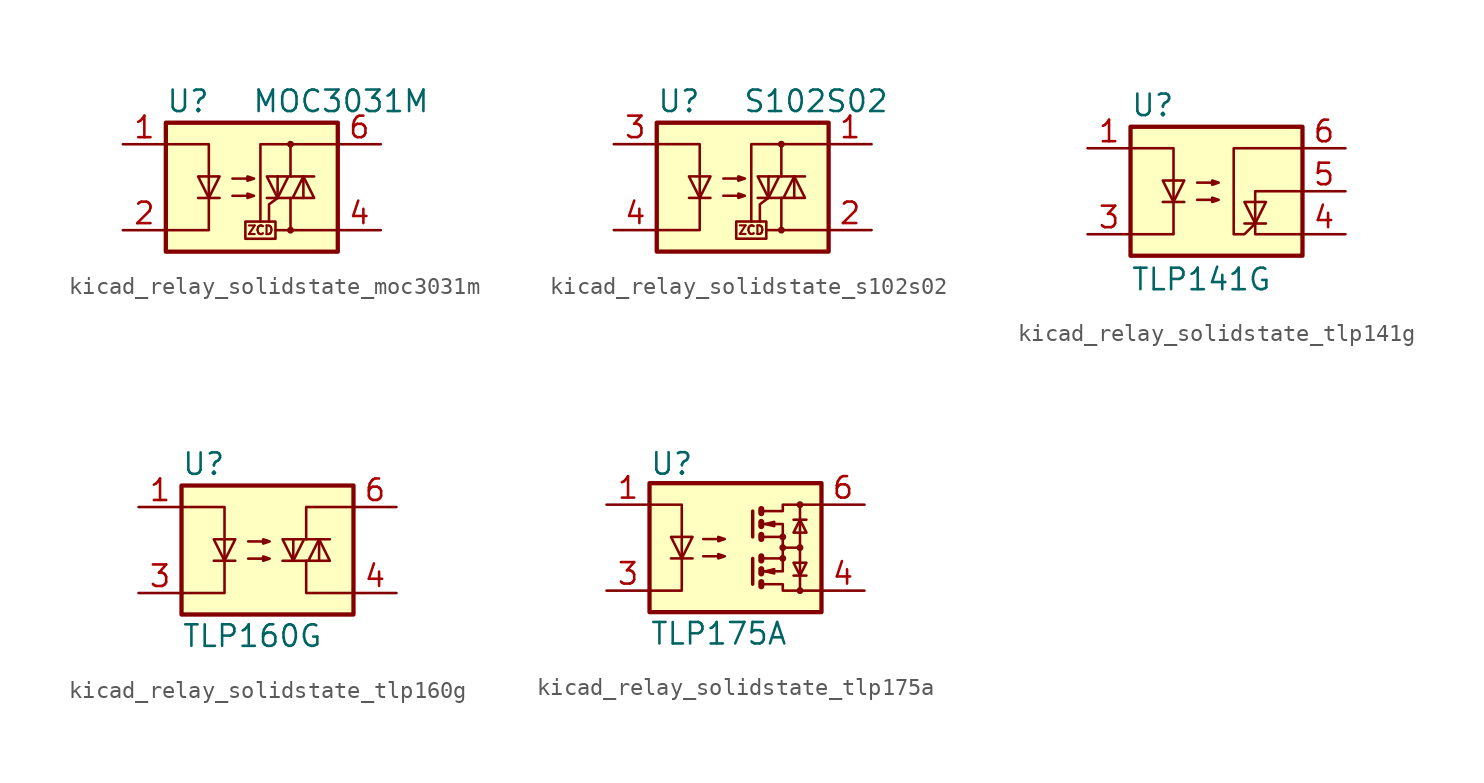
<source format=kicad_sym>
(kicad_symbol_lib
  (version 20220914)
  (generator kicad_symbol_editor)
  (symbol "kicad_relay_solidstate_moc3031m"
    (property "Reference" "U"
      (at -5.08 5.08 0)
      (effects (font (size 1.27 1.27)) (justify left)))
    (property "Value" "MOC3031M"
      (at 0 5.08 0)
      (effects (font (size 1.27 1.27)) (justify left)))
    (symbol "kicad_relay_solidstate_moc3031m_0_0"
      (rectangle (start -0.381 -2.032) (end 1.397 -3.048) (stroke (width 0) (type default)) (fill (type none)))
      (polyline (pts (xy 2.286 -2.54) (xy 1.397 -2.54)) (stroke (width 0) (type default)) (fill (type none)))
      (polyline (pts (xy 1.524 -0.635) (xy 1.016 -1.016) (xy 1.016 -2.032)) (stroke (width 0) (type default)) (fill (type none)))
      (text "ZCD" (at 0.508 -2.54 0) (effects (font (size 0.508 0.508)))))
    (symbol "kicad_relay_solidstate_moc3031m_0_1"
      (rectangle (start -5.08 3.81) (end 5.08 -3.81) (stroke (width 0.254) (type default)) (fill (type background)))
      (polyline (pts (xy -3.175 -0.635) (xy -1.905 -0.635)) (stroke (width 0) (type default)) (fill (type none)))
      (polyline (pts (xy 1.524 -0.635) (xy 1.524 0.635)) (stroke (width 0) (type default)) (fill (type none)))
      (polyline (pts (xy 3.048 0.635) (xy 3.048 -0.635)) (stroke (width 0) (type default)) (fill (type none)))
      (polyline (pts (xy 2.286 -0.635) (xy 2.286 -2.54) (xy 5.08 -2.54)) (stroke (width 0) (type default)) (fill (type none)))
      (polyline (pts (xy 2.286 0.635) (xy 2.286 2.54) (xy 5.08 2.54)) (stroke (width 0) (type default)) (fill (type none)))
      (polyline (pts (xy 2.286 2.54) (xy 0.508 2.54) (xy 0.508 -2.032)) (stroke (width 0) (type default)) (fill (type none)))
      (polyline (pts (xy -5.08 2.54) (xy -2.54 2.54) (xy -2.54 -2.54) (xy -5.08 -2.54)) (stroke (width 0) (type default)) (fill (type none)))
      (polyline (pts (xy -2.54 -0.635) (xy -3.175 0.635) (xy -1.905 0.635) (xy -2.54 -0.635)) (stroke (width 0) (type default)) (fill (type none)))
      (polyline (pts (xy 0.889 -0.635) (xy 3.683 -0.635) (xy 3.048 0.635) (xy 2.413 -0.635)) (stroke (width 0) (type default)) (fill (type none)))
      (polyline (pts (xy 3.683 0.635) (xy 0.889 0.635) (xy 1.524 -0.635) (xy 2.159 0.635)) (stroke (width 0) (type default)) (fill (type none)))
      (polyline (pts (xy -1.143 -0.508) (xy 0.127 -0.508) (xy -0.254 -0.635) (xy -0.254 -0.381) (xy 0.127 -0.508)) (stroke (width 0) (type default)) (fill (type none)))
      (polyline (pts (xy -1.143 0.508) (xy 0.127 0.508) (xy -0.254 0.381) (xy -0.254 0.635) (xy 0.127 0.508)) (stroke (width 0) (type default)) (fill (type none)))
      (circle (center 2.286 -2.54) (radius 0.127) (stroke (width 0) (type default)) (fill (type none)))
      (circle (center 2.286 2.54) (radius 0.127) (stroke (width 0) (type default)) (fill (type none))))
    (symbol "kicad_relay_solidstate_moc3031m_1_1"
      (pin passive line (at -7.62 2.54 0) (length 2.54) (name "~" (effects (font (size 1.27 1.27)))) (number "1" (effects (font (size 1.27 1.27)))))
      (pin passive line (at -7.62 -2.54 0) (length 2.54) (name "~" (effects (font (size 1.27 1.27)))) (number "2" (effects (font (size 1.27 1.27)))))
      (pin no_connect line (at -5.08 0 0) (length 2.54) hide (name "NC" (effects (font (size 1.27 1.27)))) (number "3" (effects (font (size 1.27 1.27)))))
      (pin passive line (at 7.62 -2.54 180) (length 2.54) (name "~" (effects (font (size 1.27 1.27)))) (number "4" (effects (font (size 1.27 1.27)))))
      (pin no_connect line (at 5.08 0 180) (length 2.54) hide (name "NC" (effects (font (size 1.27 1.27)))) (number "5" (effects (font (size 1.27 1.27)))))
      (pin passive line (at 7.62 2.54 180) (length 2.54) (name "~" (effects (font (size 1.27 1.27)))) (number "6" (effects (font (size 1.27 1.27)))))))
  (symbol "kicad_relay_solidstate_s102s02"
    (property "Reference" "U"
      (at -5.08 5.08 0)
      (effects (font (size 1.27 1.27)) (justify left)))
    (property "Value" "S102S02"
      (at 0 5.08 0)
      (effects (font (size 1.27 1.27)) (justify left)))
    (symbol "kicad_relay_solidstate_s102s02_0_0"
      (rectangle (start -0.381 -2.032) (end 1.397 -3.048) (stroke (width 0) (type default)) (fill (type none)))
      (polyline (pts (xy 2.286 -2.54) (xy 1.397 -2.54)) (stroke (width 0) (type default)) (fill (type none)))
      (polyline (pts (xy 1.524 -0.635) (xy 1.016 -1.016) (xy 1.016 -2.032)) (stroke (width 0) (type default)) (fill (type none)))
      (text "ZCD" (at 0.508 -2.54 0) (effects (font (size 0.508 0.508)))))
    (symbol "kicad_relay_solidstate_s102s02_0_1"
      (rectangle (start -5.08 3.81) (end 5.08 -3.81) (stroke (width 0.254) (type default)) (fill (type background)))
      (polyline (pts (xy -3.175 -0.635) (xy -1.905 -0.635)) (stroke (width 0) (type default)) (fill (type none)))
      (polyline (pts (xy 1.524 -0.635) (xy 1.524 0.635)) (stroke (width 0) (type default)) (fill (type none)))
      (polyline (pts (xy 3.048 0.635) (xy 3.048 -0.635)) (stroke (width 0) (type default)) (fill (type none)))
      (polyline (pts (xy 2.286 -0.635) (xy 2.286 -2.54) (xy 5.08 -2.54)) (stroke (width 0) (type default)) (fill (type none)))
      (polyline (pts (xy 2.286 0.635) (xy 2.286 2.54) (xy 5.08 2.54)) (stroke (width 0) (type default)) (fill (type none)))
      (polyline (pts (xy 2.286 2.54) (xy 0.508 2.54) (xy 0.508 -2.032)) (stroke (width 0) (type default)) (fill (type none)))
      (polyline (pts (xy -5.08 2.54) (xy -2.54 2.54) (xy -2.54 -2.54) (xy -5.08 -2.54)) (stroke (width 0) (type default)) (fill (type none)))
      (polyline (pts (xy -2.54 -0.635) (xy -3.175 0.635) (xy -1.905 0.635) (xy -2.54 -0.635)) (stroke (width 0) (type default)) (fill (type none)))
      (polyline (pts (xy 0.889 -0.635) (xy 3.683 -0.635) (xy 3.048 0.635) (xy 2.413 -0.635)) (stroke (width 0) (type default)) (fill (type none)))
      (polyline (pts (xy 3.683 0.635) (xy 0.889 0.635) (xy 1.524 -0.635) (xy 2.159 0.635)) (stroke (width 0) (type default)) (fill (type none)))
      (polyline (pts (xy -1.143 -0.508) (xy 0.127 -0.508) (xy -0.254 -0.635) (xy -0.254 -0.381) (xy 0.127 -0.508)) (stroke (width 0) (type default)) (fill (type none)))
      (polyline (pts (xy -1.143 0.508) (xy 0.127 0.508) (xy -0.254 0.381) (xy -0.254 0.635) (xy 0.127 0.508)) (stroke (width 0) (type default)) (fill (type none)))
      (circle (center 2.286 -2.54) (radius 0.127) (stroke (width 0) (type default)) (fill (type none)))
      (circle (center 2.286 2.54) (radius 0.127) (stroke (width 0) (type default)) (fill (type none))))
    (symbol "kicad_relay_solidstate_s102s02_1_1"
      (pin passive line (at 7.62 2.54 180) (length 2.54) (name "~" (effects (font (size 1.27 1.27)))) (number "1" (effects (font (size 1.27 1.27)))))
      (pin passive line (at 7.62 -2.54 180) (length 2.54) (name "~" (effects (font (size 1.27 1.27)))) (number "2" (effects (font (size 1.27 1.27)))))
      (pin passive line (at -7.62 2.54 0) (length 2.54) (name "~" (effects (font (size 1.27 1.27)))) (number "3" (effects (font (size 1.27 1.27)))))
      (pin passive line (at -7.62 -2.54 0) (length 2.54) (name "~" (effects (font (size 1.27 1.27)))) (number "4" (effects (font (size 1.27 1.27)))))))
  (symbol "kicad_relay_solidstate_tlp141g"
    (property "Reference" "U"
      (at -5.08 5.08 0)
      (effects (font (size 1.27 1.27)) (justify left)))
    (property "Value" "TLP141G"
      (at -5.08 -5.207 0)
      (effects (font (size 1.27 1.27)) (justify left)))
    (symbol "kicad_relay_solidstate_tlp141g_0_1"
      (rectangle (start -5.08 3.81) (end 5.08 -3.81) (stroke (width 0.254) (type default)) (fill (type background)))
      (polyline (pts (xy -3.175 -0.635) (xy -1.905 -0.635)) (stroke (width 0) (type default)) (fill (type none)))
      (polyline (pts (xy 1.651 -1.905) (xy 2.921 -1.905)) (stroke (width 0) (type default)) (fill (type none)))
      (polyline (pts (xy -5.08 2.54) (xy -2.54 2.54) (xy -2.54 -2.54) (xy -5.08 -2.54)) (stroke (width 0) (type default)) (fill (type none)))
      (polyline (pts (xy -2.54 -0.635) (xy -3.175 0.635) (xy -1.905 0.635) (xy -2.54 -0.635)) (stroke (width 0) (type default)) (fill (type none)))
      (polyline (pts (xy 2.921 -0.635) (xy 1.651 -0.635) (xy 2.286 -1.905) (xy 2.921 -0.635)) (stroke (width 0) (type default)) (fill (type none)))
      (polyline (pts (xy 5.08 0) (xy 2.286 0) (xy 2.286 -2.54) (xy 5.08 -2.54)) (stroke (width 0) (type default)) (fill (type none)))
      (polyline (pts (xy -1.143 -0.508) (xy 0.127 -0.508) (xy -0.254 -0.635) (xy -0.254 -0.381) (xy 0.127 -0.508)) (stroke (width 0) (type default)) (fill (type none)))
      (polyline (pts (xy -1.143 0.508) (xy 0.127 0.508) (xy -0.254 0.381) (xy -0.254 0.635) (xy 0.127 0.508)) (stroke (width 0) (type default)) (fill (type none)))
      (polyline (pts (xy 2.286 -1.905) (xy 1.651 -2.54) (xy 1.016 -2.54) (xy 1.016 2.54) (xy 5.08 2.54)) (stroke (width 0) (type default)) (fill (type none))))
    (symbol "kicad_relay_solidstate_tlp141g_1_1"
      (pin passive line (at -7.62 2.54 0) (length 2.54) (name "~" (effects (font (size 1.27 1.27)))) (number "1" (effects (font (size 1.27 1.27)))))
      (pin passive line (at -7.62 -2.54 0) (length 2.54) (name "~" (effects (font (size 1.27 1.27)))) (number "3" (effects (font (size 1.27 1.27)))))
      (pin passive line (at 7.62 -2.54 180) (length 2.54) (name "~" (effects (font (size 1.27 1.27)))) (number "4" (effects (font (size 1.27 1.27)))))
      (pin passive line (at 7.62 0 180) (length 2.54) (name "~" (effects (font (size 1.27 1.27)))) (number "5" (effects (font (size 1.27 1.27)))))
      (pin passive line (at 7.62 2.54 180) (length 2.54) (name "~" (effects (font (size 1.27 1.27)))) (number "6" (effects (font (size 1.27 1.27)))))))
  (symbol "kicad_relay_solidstate_tlp160g"
    (property "Reference" "U"
      (at -5.08 5.08 0)
      (effects (font (size 1.27 1.27)) (justify left)))
    (property "Value" "TLP160G"
      (at -5.08 -5.08 0)
      (effects (font (size 1.27 1.27)) (justify left)))
    (symbol "kicad_relay_solidstate_tlp160g_0_1"
      (rectangle (start -5.08 3.81) (end 5.08 -3.81) (stroke (width 0.254) (type default)) (fill (type background)))
      (polyline (pts (xy -3.175 -0.635) (xy -1.905 -0.635)) (stroke (width 0) (type default)) (fill (type none)))
      (polyline (pts (xy 1.524 -0.635) (xy 1.524 0.635)) (stroke (width 0) (type default)) (fill (type none)))
      (polyline (pts (xy 3.048 0.635) (xy 3.048 -0.635)) (stroke (width 0) (type default)) (fill (type none)))
      (polyline (pts (xy 2.286 -0.635) (xy 2.286 -2.54) (xy 5.08 -2.54)) (stroke (width 0) (type default)) (fill (type none)))
      (polyline (pts (xy 2.286 0.635) (xy 2.286 2.54) (xy 5.08 2.54)) (stroke (width 0) (type default)) (fill (type none)))
      (polyline (pts (xy -5.08 2.54) (xy -2.54 2.54) (xy -2.54 -2.54) (xy -5.08 -2.54)) (stroke (width 0) (type default)) (fill (type none)))
      (polyline (pts (xy -2.54 -0.635) (xy -3.175 0.635) (xy -1.905 0.635) (xy -2.54 -0.635)) (stroke (width 0) (type default)) (fill (type none)))
      (polyline (pts (xy 0.889 -0.635) (xy 3.683 -0.635) (xy 3.048 0.635) (xy 2.413 -0.635)) (stroke (width 0) (type default)) (fill (type none)))
      (polyline (pts (xy 3.683 0.635) (xy 0.889 0.635) (xy 1.524 -0.635) (xy 2.159 0.635)) (stroke (width 0) (type default)) (fill (type none)))
      (polyline (pts (xy -1.143 -0.508) (xy 0.127 -0.508) (xy -0.254 -0.635) (xy -0.254 -0.381) (xy 0.127 -0.508)) (stroke (width 0) (type default)) (fill (type none)))
      (polyline (pts (xy -1.143 0.508) (xy 0.127 0.508) (xy -0.254 0.381) (xy -0.254 0.635) (xy 0.127 0.508)) (stroke (width 0) (type default)) (fill (type none))))
    (symbol "kicad_relay_solidstate_tlp160g_1_1"
      (pin passive line (at -7.62 2.54 0) (length 2.54) (name "~" (effects (font (size 1.27 1.27)))) (number "1" (effects (font (size 1.27 1.27)))))
      (pin passive line (at -7.62 -2.54 0) (length 2.54) (name "~" (effects (font (size 1.27 1.27)))) (number "3" (effects (font (size 1.27 1.27)))))
      (pin passive line (at 7.62 -2.54 180) (length 2.54) (name "~" (effects (font (size 1.27 1.27)))) (number "4" (effects (font (size 1.27 1.27)))))
      (pin passive line (at 7.62 2.54 180) (length 2.54) (name "~" (effects (font (size 1.27 1.27)))) (number "6" (effects (font (size 1.27 1.27)))))))
  (symbol "kicad_relay_solidstate_tlp175a"
    (property "Reference" "U"
      (at -5.08 4.953 0)
      (effects (font (size 1.27 1.27)) (justify left)))
    (property "Value" "TLP175A"
      (at -5.08 -5.08 0)
      (effects (font (size 1.27 1.27)) (justify left)))
    (symbol "kicad_relay_solidstate_tlp175a_0_1"
      (rectangle (start -5.08 3.81) (end 5.08 -3.81) (stroke (width 0.254) (type default)) (fill (type background)))
      (polyline (pts (xy -3.81 -0.635) (xy -2.54 -0.635)) (stroke (width 0) (type default)) (fill (type none)))
      (polyline (pts (xy 1.016 -0.635) (xy 1.016 -2.159)) (stroke (width 0.203) (type default)) (fill (type none)))
      (polyline (pts (xy 1.016 2.159) (xy 1.016 0.635)) (stroke (width 0.203) (type default)) (fill (type none)))
      (polyline (pts (xy 1.524 -0.508) (xy 1.524 -0.762)) (stroke (width 0.356) (type default)) (fill (type none)))
      (polyline (pts (xy 2.794 0) (xy 3.81 0)) (stroke (width 0) (type default)) (fill (type none)))
      (polyline (pts (xy 3.429 -1.651) (xy 4.191 -1.651)) (stroke (width 0) (type default)) (fill (type none)))
      (polyline (pts (xy 3.429 1.651) (xy 4.191 1.651)) (stroke (width 0) (type default)) (fill (type none)))
      (polyline (pts (xy 3.81 -2.54) (xy 3.81 2.54)) (stroke (width 0) (type default)) (fill (type none)))
      (polyline (pts (xy 1.524 -2.032) (xy 1.524 -2.286) (xy 1.524 -2.286)) (stroke (width 0.356) (type default)) (fill (type none)))
      (polyline (pts (xy 1.524 -1.27) (xy 1.524 -1.524) (xy 1.524 -1.524)) (stroke (width 0.356) (type default)) (fill (type none)))
      (polyline (pts (xy 1.524 0.762) (xy 1.524 0.508) (xy 1.524 0.508)) (stroke (width 0.356) (type default)) (fill (type none)))
      (polyline (pts (xy 1.524 1.524) (xy 1.524 1.27) (xy 1.524 1.27)) (stroke (width 0.356) (type default)) (fill (type none)))
      (polyline (pts (xy 1.524 2.286) (xy 1.524 2.032) (xy 1.524 2.032)) (stroke (width 0.356) (type default)) (fill (type none)))
      (polyline (pts (xy 1.651 -1.397) (xy 2.794 -1.397) (xy 2.794 -0.635)) (stroke (width 0) (type default)) (fill (type none)))
      (polyline (pts (xy 1.651 1.397) (xy 2.794 1.397) (xy 2.794 0.635)) (stroke (width 0) (type default)) (fill (type none)))
      (polyline (pts (xy -5.08 2.54) (xy -3.175 2.54) (xy -3.175 -2.54) (xy -5.08 -2.54)) (stroke (width 0) (type default)) (fill (type none)))
      (polyline (pts (xy -3.175 -0.635) (xy -3.81 0.635) (xy -2.54 0.635) (xy -3.175 -0.635)) (stroke (width 0) (type default)) (fill (type none)))
      (polyline (pts (xy 1.651 -2.159) (xy 2.794 -2.159) (xy 2.794 -2.54) (xy 5.08 -2.54)) (stroke (width 0) (type default)) (fill (type none)))
      (polyline (pts (xy 1.651 -0.635) (xy 2.794 -0.635) (xy 2.794 0.635) (xy 1.651 0.635)) (stroke (width 0) (type default)) (fill (type none)))
      (polyline (pts (xy 1.651 2.159) (xy 2.794 2.159) (xy 2.794 2.54) (xy 5.08 2.54)) (stroke (width 0) (type default)) (fill (type none)))
      (polyline (pts (xy 1.778 -1.397) (xy 2.286 -1.27) (xy 2.286 -1.524) (xy 1.778 -1.397)) (stroke (width 0) (type default)) (fill (type none)))
      (polyline (pts (xy 1.778 1.397) (xy 2.286 1.524) (xy 2.286 1.27) (xy 1.778 1.397)) (stroke (width 0) (type default)) (fill (type none)))
      (polyline (pts (xy 3.81 -1.651) (xy 3.429 -0.889) (xy 4.191 -0.889) (xy 3.81 -1.651)) (stroke (width 0) (type default)) (fill (type none)))
      (polyline (pts (xy 3.81 1.651) (xy 3.429 0.889) (xy 4.191 0.889) (xy 3.81 1.651)) (stroke (width 0) (type default)) (fill (type none)))
      (polyline (pts (xy -1.905 -0.508) (xy -0.635 -0.508) (xy -1.016 -0.635) (xy -1.016 -0.381) (xy -0.635 -0.508)) (stroke (width 0) (type default)) (fill (type none)))
      (polyline (pts (xy -1.905 0.508) (xy -0.635 0.508) (xy -1.016 0.381) (xy -1.016 0.635) (xy -0.635 0.508)) (stroke (width 0) (type default)) (fill (type none)))
      (circle (center 2.794 -0.635) (radius 0.127) (stroke (width 0) (type default)) (fill (type none)))
      (circle (center 2.794 0) (radius 0.127) (stroke (width 0) (type default)) (fill (type none)))
      (circle (center 2.794 0.635) (radius 0.127) (stroke (width 0) (type default)) (fill (type none)))
      (circle (center 3.81 -2.54) (radius 0.127) (stroke (width 0) (type default)) (fill (type none)))
      (circle (center 3.81 0) (radius 0.127) (stroke (width 0) (type default)) (fill (type none)))
      (circle (center 3.81 2.54) (radius 0.127) (stroke (width 0) (type default)) (fill (type none))))
    (symbol "kicad_relay_solidstate_tlp175a_1_1"
      (pin passive line (at -7.62 2.54 0) (length 2.54) (name "~" (effects (font (size 1.27 1.27)))) (number "1" (effects (font (size 1.27 1.27)))))
      (pin passive line (at -7.62 -2.54 0) (length 2.54) (name "~" (effects (font (size 1.27 1.27)))) (number "3" (effects (font (size 1.27 1.27)))))
      (pin passive line (at 7.62 -2.54 180) (length 2.54) (name "~" (effects (font (size 1.27 1.27)))) (number "4" (effects (font (size 1.27 1.27)))))
      (pin passive line (at 7.62 2.54 180) (length 2.54) (name "~" (effects (font (size 1.27 1.27)))) (number "6" (effects (font (size 1.27 1.27))))))))
</source>
